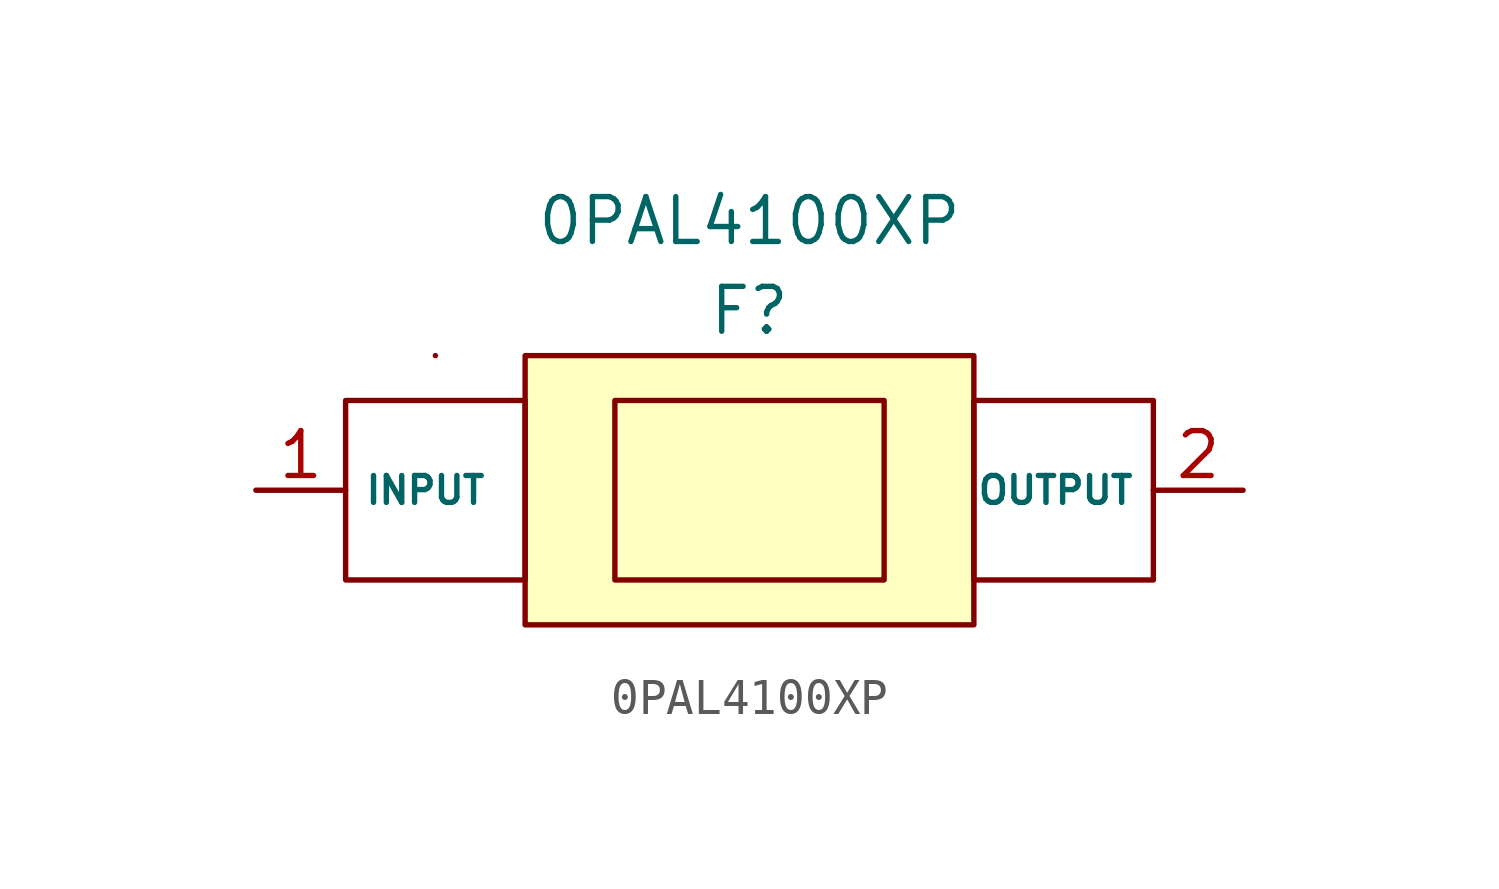
<source format=kicad_sym>
(kicad_symbol_lib
  (version 20220914)
  (generator kicad_symbol_editor)
  (symbol "0PAL4100XP"
    (property "Reference" "F"
      (at 0 5.08 0)
      (effects (font (size 1.27 1.27))))
    (property "Value" "0PAL4100XP"
      (at 0 7.62 0)
      (effects (font (size 1.27 1.27))))
    (symbol "0PAL4100XP_0_1"
      (rectangle (start -11.43 2.54) (end -6.35 -2.54) (stroke (width 0) (type default)) (fill (type none)))
      (rectangle (start -8.89 3.81) (end -8.89 3.81) (stroke (width 0) (type default)) (fill (type none)))
      (rectangle (start -3.81 2.54) (end 3.81 -2.54) (stroke (width 0) (type default)) (fill (type none)))
      (rectangle (start 6.35 2.54) (end 11.43 -2.54) (stroke (width 0) (type default)) (fill (type none))))
    (symbol "0PAL4100XP_1_1"
      (rectangle (start -6.35 3.81) (end 6.35 -3.81) (stroke (width 0) (type default)) (fill (type background)))
      (pin bidirectional line (at -13.97 0 0) (length 2.54) (name "INPUT" (effects (font (size 0.762 0.762)))) (number "1" (effects (font (size 1.27 1.27)))))
      (pin bidirectional line (at 13.97 0 180) (length 2.54) (name "OUTPUT" (effects (font (size 0.762 0.762)))) (number "2" (effects (font (size 1.27 1.27))))))))
</source>
